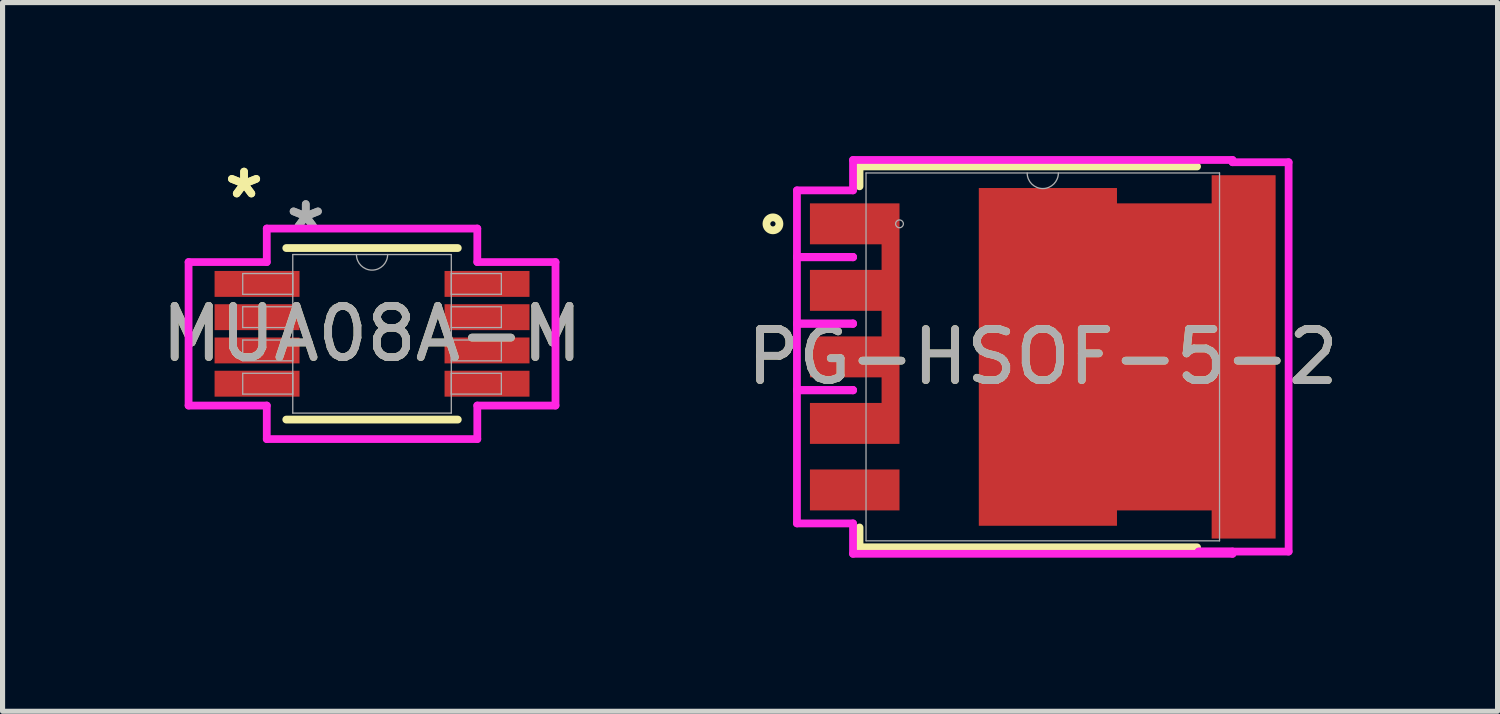
<source format=kicad_pcb>
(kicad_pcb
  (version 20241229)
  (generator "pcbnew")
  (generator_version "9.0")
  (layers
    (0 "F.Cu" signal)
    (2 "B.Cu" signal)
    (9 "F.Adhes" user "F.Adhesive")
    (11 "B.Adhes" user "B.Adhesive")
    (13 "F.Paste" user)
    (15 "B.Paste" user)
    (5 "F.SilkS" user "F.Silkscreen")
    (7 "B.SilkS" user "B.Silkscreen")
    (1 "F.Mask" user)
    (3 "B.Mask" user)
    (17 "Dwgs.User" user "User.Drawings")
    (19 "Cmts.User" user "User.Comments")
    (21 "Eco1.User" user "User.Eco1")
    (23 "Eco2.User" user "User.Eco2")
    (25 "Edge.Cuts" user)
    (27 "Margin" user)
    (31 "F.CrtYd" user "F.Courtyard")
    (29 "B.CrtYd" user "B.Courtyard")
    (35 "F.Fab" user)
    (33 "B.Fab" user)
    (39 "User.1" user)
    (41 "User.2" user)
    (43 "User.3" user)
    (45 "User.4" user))
  (footprint "MUA08A-M"
    (layer "F.Cu")
    (at 4.22 3.473)
    (property "Reference" "MUA08A-M" (at 0 0 0) (unlocked yes) (layer "F.SilkS") (effects (font (size 1 1) (thickness 0.15))))
    (attr smd)
    (fp_line (start -1.676 1.676) (end 1.676 1.676) (stroke (width 0.152) (type solid)) (layer "F.SilkS"))
    (fp_line (start 1.676 -1.676) (end -1.676 -1.676) (stroke (width 0.152) (type solid)) (layer "F.SilkS"))
    (fp_line (start -3.585 -1.402) (end -2.057 -1.402) (stroke (width 0.152) (type solid)) (layer "F.CrtYd"))
    (fp_line (start -3.585 1.402) (end -3.585 -1.402) (stroke (width 0.152) (type solid)) (layer "F.CrtYd"))
    (fp_line (start -3.585 1.402) (end -2.057 1.402) (stroke (width 0.152) (type solid)) (layer "F.CrtYd"))
    (fp_line (start -2.057 -2.057) (end 2.057 -2.057) (stroke (width 0.152) (type solid)) (layer "F.CrtYd"))
    (fp_line (start -2.057 -1.402) (end -2.057 -2.057) (stroke (width 0.152) (type solid)) (layer "F.CrtYd"))
    (fp_line (start -2.057 2.057) (end -2.057 1.402) (stroke (width 0.152) (type solid)) (layer "F.CrtYd"))
    (fp_line (start 2.057 -2.057) (end 2.057 -1.402) (stroke (width 0.152) (type solid)) (layer "F.CrtYd"))
    (fp_line (start 2.057 1.402) (end 2.057 2.057) (stroke (width 0.152) (type solid)) (layer "F.CrtYd"))
    (fp_line (start 2.057 2.057) (end -2.057 2.057) (stroke (width 0.152) (type solid)) (layer "F.CrtYd"))
    (fp_line (start 3.585 -1.402) (end 2.057 -1.402) (stroke (width 0.152) (type solid)) (layer "F.CrtYd"))
    (fp_line (start 3.585 -1.402) (end 3.585 1.402) (stroke (width 0.152) (type solid)) (layer "F.CrtYd"))
    (fp_line (start 3.585 1.402) (end 2.057 1.402) (stroke (width 0.152) (type solid)) (layer "F.CrtYd"))
    (fp_line (start -2.527 -1.178) (end -2.527 -0.772) (stroke (width 0.025) (type solid)) (layer "F.Fab"))
    (fp_line (start -2.527 -0.772) (end -1.549 -0.772) (stroke (width 0.025) (type solid)) (layer "F.Fab"))
    (fp_line (start -2.527 -0.528) (end -2.527 -0.122) (stroke (width 0.025) (type solid)) (layer "F.Fab"))
    (fp_line (start -2.527 -0.122) (end -1.549 -0.122) (stroke (width 0.025) (type solid)) (layer "F.Fab"))
    (fp_line (start -2.527 0.122) (end -2.527 0.528) (stroke (width 0.025) (type solid)) (layer "F.Fab"))
    (fp_line (start -2.527 0.528) (end -1.549 0.528) (stroke (width 0.025) (type solid)) (layer "F.Fab"))
    (fp_line (start -2.527 0.772) (end -2.527 1.178) (stroke (width 0.025) (type solid)) (layer "F.Fab"))
    (fp_line (start -2.527 1.178) (end -1.549 1.178) (stroke (width 0.025) (type solid)) (layer "F.Fab"))
    (fp_line (start -1.549 -1.549) (end -1.549 1.549) (stroke (width 0.025) (type solid)) (layer "F.Fab"))
    (fp_line (start -1.549 -1.178) (end -2.527 -1.178) (stroke (width 0.025) (type solid)) (layer "F.Fab"))
    (fp_line (start -1.549 -0.772) (end -1.549 -1.178) (stroke (width 0.025) (type solid)) (layer "F.Fab"))
    (fp_line (start -1.549 -0.528) (end -2.527 -0.528) (stroke (width 0.025) (type solid)) (layer "F.Fab"))
    (fp_line (start -1.549 -0.122) (end -1.549 -0.528) (stroke (width 0.025) (type solid)) (layer "F.Fab"))
    (fp_line (start -1.549 0.122) (end -2.527 0.122) (stroke (width 0.025) (type solid)) (layer "F.Fab"))
    (fp_line (start -1.549 0.528) (end -1.549 0.122) (stroke (width 0.025) (type solid)) (layer "F.Fab"))
    (fp_line (start -1.549 0.772) (end -2.527 0.772) (stroke (width 0.025) (type solid)) (layer "F.Fab"))
    (fp_line (start -1.549 1.178) (end -1.549 0.772) (stroke (width 0.025) (type solid)) (layer "F.Fab"))
    (fp_line (start -1.549 1.549) (end 1.549 1.549) (stroke (width 0.025) (type solid)) (layer "F.Fab"))
    (fp_line (start 1.549 -1.549) (end -1.549 -1.549) (stroke (width 0.025) (type solid)) (layer "F.Fab"))
    (fp_line (start 1.549 -1.178) (end 1.549 -0.772) (stroke (width 0.025) (type solid)) (layer "F.Fab"))
    (fp_line (start 1.549 -0.772) (end 2.527 -0.772) (stroke (width 0.025) (type solid)) (layer "F.Fab"))
    (fp_line (start 1.549 -0.528) (end 1.549 -0.122) (stroke (width 0.025) (type solid)) (layer "F.Fab"))
    (fp_line (start 1.549 -0.122) (end 2.527 -0.122) (stroke (width 0.025) (type solid)) (layer "F.Fab"))
    (fp_line (start 1.549 0.122) (end 1.549 0.528) (stroke (width 0.025) (type solid)) (layer "F.Fab"))
    (fp_line (start 1.549 0.528) (end 2.527 0.528) (stroke (width 0.025) (type solid)) (layer "F.Fab"))
    (fp_line (start 1.549 0.772) (end 1.549 1.178) (stroke (width 0.025) (type solid)) (layer "F.Fab"))
    (fp_line (start 1.549 1.178) (end 2.527 1.178) (stroke (width 0.025) (type solid)) (layer "F.Fab"))
    (fp_line (start 1.549 1.549) (end 1.549 -1.549) (stroke (width 0.025) (type solid)) (layer "F.Fab"))
    (fp_line (start 2.527 -1.178) (end 1.549 -1.178) (stroke (width 0.025) (type solid)) (layer "F.Fab"))
    (fp_line (start 2.527 -0.772) (end 2.527 -1.178) (stroke (width 0.025) (type solid)) (layer "F.Fab"))
    (fp_line (start 2.527 -0.528) (end 1.549 -0.528) (stroke (width 0.025) (type solid)) (layer "F.Fab"))
    (fp_line (start 2.527 -0.122) (end 2.527 -0.528) (stroke (width 0.025) (type solid)) (layer "F.Fab"))
    (fp_line (start 2.527 0.122) (end 1.549 0.122) (stroke (width 0.025) (type solid)) (layer "F.Fab"))
    (fp_line (start 2.527 0.528) (end 2.527 0.122) (stroke (width 0.025) (type solid)) (layer "F.Fab"))
    (fp_line (start 2.527 0.772) (end 1.549 0.772) (stroke (width 0.025) (type solid)) (layer "F.Fab"))
    (fp_line (start 2.527 1.178) (end 2.527 0.772) (stroke (width 0.025) (type solid)) (layer "F.Fab"))
    (fp_arc (start 0.3048 -1.5494) (mid 0 -1.2446) (end -0.3048 -1.5494) (stroke (width 0.0254) (type solid)) (layer "F.Fab"))
    (fp_text user "*" (at -2.501 -2.625 0) (layer "F.SilkS") (effects (font (size 1 1) (thickness 0.15))))
    (fp_text user "*" (at -2.501 -2.625 0) (unlocked yes) (layer "F.SilkS") (effects (font (size 1 1) (thickness 0.15))))
    (fp_text user "${REFERENCE}" (at 0 0 0) (unlocked yes) (layer "F.Fab") (effects (font (size 1 1) (thickness 0.15))))
    (fp_text user "*" (at -1.295 -1.99 0) (layer "F.Fab") (effects (font (size 1 1) (thickness 0.15))))
    (fp_text user "*" (at -1.295 -1.99 0) (unlocked yes) (layer "F.Fab") (effects (font (size 1 1) (thickness 0.15))))
    (pad "1" smd rect (at -2.247 -0.975) (size 1.66 0.506) (layers "F.Cu" "F.Mask" "F.Paste"))
    (pad "2" smd rect (at -2.247 -0.325) (size 1.66 0.506) (layers "F.Cu" "F.Mask" "F.Paste"))
    (pad "3" smd rect (at -2.247 0.325) (size 1.66 0.506) (layers "F.Cu" "F.Mask" "F.Paste"))
    (pad "4" smd rect (at -2.247 0.975) (size 1.66 0.506) (layers "F.Cu" "F.Mask" "F.Paste"))
    (pad "5" smd rect (at 2.247 0.975) (size 1.66 0.506) (layers "F.Cu" "F.Mask" "F.Paste"))
    (pad "6" smd rect (at 2.247 0.325) (size 1.66 0.506) (layers "F.Cu" "F.Mask" "F.Paste"))
    (pad "7" smd rect (at 2.247 -0.325) (size 1.66 0.506) (layers "F.Cu" "F.Mask" "F.Paste"))
    (pad "8" smd rect (at 2.247 -0.975) (size 1.66 0.506) (layers "F.Cu" "F.Mask" "F.Paste")))
  (footprint "PG-HSOF-5-2"
    (layer "F.Cu")
    (at 17.327 3.924)
    (property "Reference" "PG-HSOF-5-2" (at 0 0 0) (unlocked yes) (layer "F.SilkS") (effects (font (size 1 1) (thickness 0.15))))
    (attr smd)
    (fp_poly (pts (xy -1.25 -3.3) (xy -1.25 3.3) (xy 1.45 3.3) (xy 1.45 3) (xy 3.3 3) (xy 3.3 3.55) (xy 4.55 3.55) (xy 4.55 -3.55) (xy 3.3 -3.55) (xy 3.3 -3) (xy 1.45 -3) (xy 1.45 -3.3)) (stroke (width 0) (type solid)) (fill yes) (layer "F.Cu"))
    (fp_poly (pts (xy -4.55 -3) (xy -4.55 -2.2) (xy -3.15 -2.2) (xy -3.15 -1.7) (xy -4.55 -1.7) (xy -4.55 -0.9) (xy -3.15 -0.9) (xy -3.15 -0.4) (xy -4.55 -0.4) (xy -4.55 0.4) (xy -3.15 0.4) (xy -3.15 0.9) (xy -4.55 0.9) (xy -4.55 1.7) (xy -2.8 1.7) (xy -2.8 -3)) (stroke (width 0) (type solid)) (fill yes) (layer "F.Cu"))
    (fp_poly (pts (xy -1.25 -3.3) (xy -1.25 3.3) (xy 1.45 3.3) (xy 1.45 3) (xy 3.3 3) (xy 3.3 3.55) (xy 4.55 3.55) (xy 4.55 -3.55) (xy 3.3 -3.55) (xy 3.3 -3) (xy 1.45 -3) (xy 1.45 -3.3)) (stroke (width 0) (type solid)) (fill yes) (layer "F.Mask"))
    (fp_poly (pts (xy -4.55 -3) (xy -4.55 -2.2) (xy -3.15 -2.2) (xy -3.15 -1.7) (xy -4.55 -1.7) (xy -4.55 -0.9) (xy -3.15 -0.9) (xy -3.15 -0.4) (xy -4.55 -0.4) (xy -4.55 0.4) (xy -3.15 0.4) (xy -3.15 0.9) (xy -4.55 0.9) (xy -4.55 1.7) (xy -2.8 1.7) (xy -2.8 -3)) (stroke (width 0) (type solid)) (fill yes) (layer "F.Mask"))
    (fp_line (start -3.581 -3.721) (end 3.015 -3.721) (stroke (width 0.152) (type solid)) (layer "F.SilkS"))
    (fp_line (start -3.581 -3.333) (end -3.581 -3.721) (stroke (width 0.152) (type solid)) (layer "F.SilkS"))
    (fp_line (start -3.581 3.721) (end -3.581 3.333) (stroke (width 0.152) (type solid)) (layer "F.SilkS"))
    (fp_line (start 3.015 3.721) (end -3.581 3.721) (stroke (width 0.152) (type solid)) (layer "F.SilkS"))
    (fp_circle (center -5.273 -2.6) (end -5.146 -2.6) (stroke (width 0.152) (type solid)) (fill no) (layer "F.SilkS"))
    (fp_poly (pts (xy -4.5 -2.25) (xy -2.85 -2.25) (xy -2.85 -2.95) (xy -4.5 -2.95)) (stroke (width 0) (type solid)) (fill yes) (layer "F.Paste"))
    (fp_poly (pts (xy -4.5 -0.95) (xy -2.85 -0.95) (xy -2.85 -1.65) (xy -4.5 -1.65)) (stroke (width 0) (type solid)) (fill yes) (layer "F.Paste"))
    (fp_poly (pts (xy -4.5 0.35) (xy -2.85 0.35) (xy -2.85 -0.35) (xy -4.5 -0.35)) (stroke (width 0) (type solid)) (fill yes) (layer "F.Paste"))
    (fp_poly (pts (xy -4.5 1.65) (xy -2.85 1.65) (xy -2.85 0.95) (xy -4.5 0.95)) (stroke (width 0) (type solid)) (fill yes) (layer "F.Paste"))
    (fp_poly (pts (xy -1.1 -0.2) (xy -0.1 -0.2) (xy -0.1 -3.2) (xy -1.1 -3.2)) (stroke (width 0) (type solid)) (fill yes) (layer "F.Paste"))
    (fp_poly (pts (xy -1.1 3.2) (xy -0.1 3.2) (xy -0.1 0.2) (xy -1.1 0.2)) (stroke (width 0) (type solid)) (fill yes) (layer "F.Paste"))
    (fp_poly (pts (xy 0.4 -0.2) (xy 1.4 -0.2) (xy 1.4 -3.2) (xy 0.4 -3.2)) (stroke (width 0) (type solid)) (fill yes) (layer "F.Paste"))
    (fp_poly (pts (xy 0.4 3.2) (xy 1.4 3.2) (xy 1.4 0.2) (xy 0.4 0.2)) (stroke (width 0) (type solid)) (fill yes) (layer "F.Paste"))
    (fp_poly (pts (xy 1.9 -0.2) (xy 2.9 -0.2) (xy 2.9 -2.9) (xy 1.9 -2.9)) (stroke (width 0) (type solid)) (fill yes) (layer "F.Paste"))
    (fp_poly (pts (xy 1.9 2.9) (xy 2.9 2.9) (xy 2.9 0.2) (xy 1.9 0.2)) (stroke (width 0) (type solid)) (fill yes) (layer "F.Paste"))
    (fp_poly (pts (xy 3.4 -0.2) (xy 4.4 -0.2) (xy 4.4 -3.45) (xy 3.4 -3.45)) (stroke (width 0) (type solid)) (fill yes) (layer "F.Paste"))
    (fp_poly (pts (xy 3.4 3.45) (xy 4.4 3.45) (xy 4.4 0.2) (xy 3.4 0.2)) (stroke (width 0) (type solid)) (fill yes) (layer "F.Paste"))
    (fp_line (start -4.804 -3.254) (end -4.804 -1.946) (stroke (width 0.152) (type solid)) (layer "F.CrtYd"))
    (fp_line (start -4.804 -1.954) (end -4.804 -0.646) (stroke (width 0.152) (type solid)) (layer "F.CrtYd"))
    (fp_line (start -4.804 -1.946) (end -3.708 -1.946) (stroke (width 0.152) (type solid)) (layer "F.CrtYd"))
    (fp_line (start -4.804 -0.654) (end -4.804 0.654) (stroke (width 0.152) (type solid)) (layer "F.CrtYd"))
    (fp_line (start -4.804 -0.646) (end -3.708 -0.646) (stroke (width 0.152) (type solid)) (layer "F.CrtYd"))
    (fp_line (start -4.804 0.646) (end -4.804 3.254) (stroke (width 0.152) (type solid)) (layer "F.CrtYd"))
    (fp_line (start -4.804 0.654) (end -3.708 0.654) (stroke (width 0.152) (type solid)) (layer "F.CrtYd"))
    (fp_line (start -4.804 3.254) (end -3.708 3.254) (stroke (width 0.152) (type solid)) (layer "F.CrtYd"))
    (fp_line (start -3.708 -3.848) (end -3.708 -3.254) (stroke (width 0.152) (type solid)) (layer "F.CrtYd"))
    (fp_line (start -3.708 -3.254) (end -4.804 -3.254) (stroke (width 0.152) (type solid)) (layer "F.CrtYd"))
    (fp_line (start -3.708 -1.954) (end -4.804 -1.954) (stroke (width 0.152) (type solid)) (layer "F.CrtYd"))
    (fp_line (start -3.708 -1.946) (end -3.708 -1.954) (stroke (width 0.152) (type solid)) (layer "F.CrtYd"))
    (fp_line (start -3.708 -0.654) (end -4.804 -0.654) (stroke (width 0.152) (type solid)) (layer "F.CrtYd"))
    (fp_line (start -3.708 -0.646) (end -3.708 -0.654) (stroke (width 0.152) (type solid)) (layer "F.CrtYd"))
    (fp_line (start -3.708 0.646) (end -4.804 0.646) (stroke (width 0.152) (type solid)) (layer "F.CrtYd"))
    (fp_line (start -3.708 0.654) (end -3.708 0.646) (stroke (width 0.152) (type solid)) (layer "F.CrtYd"))
    (fp_line (start -3.708 3.254) (end -3.708 3.848) (stroke (width 0.152) (type solid)) (layer "F.CrtYd"))
    (fp_line (start -3.708 3.848) (end 3.708 3.848) (stroke (width 0.152) (type solid)) (layer "F.CrtYd"))
    (fp_line (start 3.046 3.804) (end 4.804 3.804) (stroke (width 0.152) (type solid)) (layer "F.CrtYd"))
    (fp_line (start 3.708 -3.848) (end -3.708 -3.848) (stroke (width 0.152) (type solid)) (layer "F.CrtYd"))
    (fp_line (start 3.708 -3.804) (end 3.708 -3.848) (stroke (width 0.152) (type solid)) (layer "F.CrtYd"))
    (fp_line (start 3.708 3.804) (end 3.046 3.804) (stroke (width 0.152) (type solid)) (layer "F.CrtYd"))
    (fp_line (start 3.708 3.848) (end 3.708 3.804) (stroke (width 0.152) (type solid)) (layer "F.CrtYd"))
    (fp_line (start 4.804 -3.804) (end 3.708 -3.804) (stroke (width 0.152) (type solid)) (layer "F.CrtYd"))
    (fp_line (start 4.804 3.804) (end 4.804 -3.804) (stroke (width 0.152) (type solid)) (layer "F.CrtYd"))
    (fp_line (start -3.454 -3.594) (end -3.454 3.594) (stroke (width 0.025) (type solid)) (layer "F.Fab"))
    (fp_line (start -3.454 3.594) (end 3.454 3.594) (stroke (width 0.025) (type solid)) (layer "F.Fab"))
    (fp_line (start 3.454 -3.594) (end -3.454 -3.594) (stroke (width 0.025) (type solid)) (layer "F.Fab"))
    (fp_line (start 3.454 3.594) (end 3.454 -3.594) (stroke (width 0.025) (type solid)) (layer "F.Fab"))
    (fp_arc (start 0.3048 -3.5941) (mid 0 -3.2893) (end -0.3048 -3.5941) (stroke (width 0.0254) (type solid)) (layer "F.Fab"))
    (fp_circle (center -2.8 -2.6) (end -2.724 -2.6) (stroke (width 0.025) (type solid)) (fill no) (layer "F.Fab"))
    (fp_text user "${REFERENCE}" (at 0 0 0) (unlocked yes) (layer "F.Fab") (effects (font (size 1 1) (thickness 0.15))))
    (pad "1" smd rect (at -3.675 -2.6) (size 0.127 0.127) (layers "F.Cu" "F.Mask" "F.Paste"))
    (pad "2" smd rect (at -3.675 -1.3) (size 0.127 0.127) (layers "F.Cu" "F.Mask" "F.Paste"))
    (pad "3" smd rect (at -3.675 0) (size 0.127 0.127) (layers "F.Cu" "F.Mask" "F.Paste"))
    (pad "4" smd rect (at -3.675 1.3) (size 0.127 0.127) (layers "F.Cu" "F.Mask" "F.Paste"))
    (pad "5" smd rect (at -3.675 2.6) (size 1.75 0.8) (layers "F.Cu" "F.Mask" "F.Paste"))
    (pad "6" smd rect (at 3.886 -0.533) (size 0.127 0.127) (layers "F.Cu" "F.Mask" "F.Paste")))
  (gr_rect
    (start -3 -3)
    (end 26.214 10.849)
    (stroke (width 0.1) (type default))
    (fill no)
    (layer "Edge.Cuts")))
</source>
